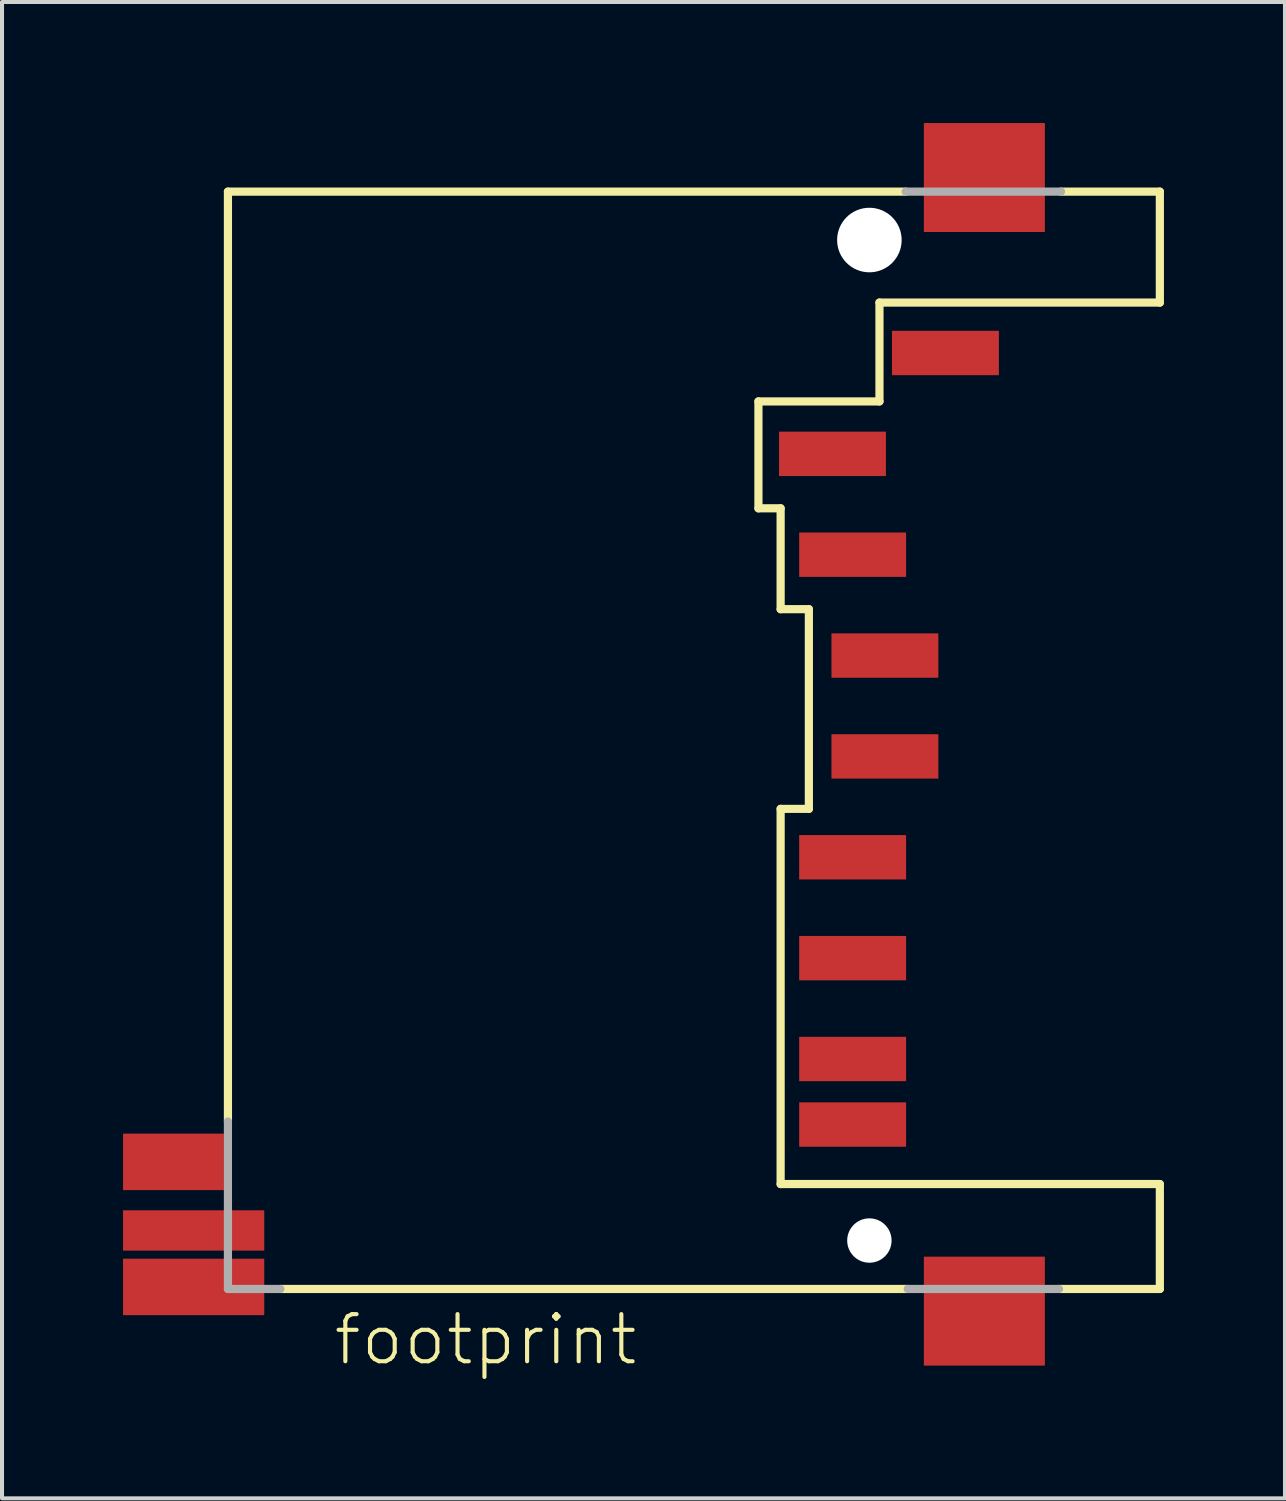
<source format=kicad_pcb>
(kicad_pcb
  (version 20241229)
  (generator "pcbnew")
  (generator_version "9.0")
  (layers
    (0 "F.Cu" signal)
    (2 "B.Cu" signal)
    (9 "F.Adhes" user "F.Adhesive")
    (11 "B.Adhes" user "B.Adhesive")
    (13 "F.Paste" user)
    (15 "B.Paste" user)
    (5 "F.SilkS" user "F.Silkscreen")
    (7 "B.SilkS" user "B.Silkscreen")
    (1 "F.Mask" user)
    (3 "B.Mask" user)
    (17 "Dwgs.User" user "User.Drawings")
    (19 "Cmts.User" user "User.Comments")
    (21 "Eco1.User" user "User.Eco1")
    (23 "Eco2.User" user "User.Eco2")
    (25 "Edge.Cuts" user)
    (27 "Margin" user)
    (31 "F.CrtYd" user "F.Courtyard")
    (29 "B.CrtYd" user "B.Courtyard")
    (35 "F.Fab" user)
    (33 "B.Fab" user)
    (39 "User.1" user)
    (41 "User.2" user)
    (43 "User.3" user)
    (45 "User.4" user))
  (footprint "footprint"
    (layer "F.Cu")
    (at 18.5 2.9)
    (property "Reference" "footprint" (at -13.335 27.94 0) (layer "F.SilkS") (effects (font (size 1.168 1.168) (thickness 0.102)) (justify left bottom)))
    (fp_line (start -15.9 -1.2) (end 0.9 -1.2) (stroke (width 0.203) (type solid)) (layer "F.SilkS"))
    (fp_line (start -15.9 21.85) (end -15.9 -1.2) (stroke (width 0.203) (type solid)) (layer "F.SilkS"))
    (fp_line (start -2.75 4) (end -2.75 6.65) (stroke (width 0.203) (type solid)) (layer "F.SilkS"))
    (fp_line (start -2.75 6.65) (end -2.2 6.65) (stroke (width 0.203) (type solid)) (layer "F.SilkS"))
    (fp_line (start -2.2 6.65) (end -2.2 9.15) (stroke (width 0.203) (type solid)) (layer "F.SilkS"))
    (fp_line (start -2.2 9.15) (end -1.5 9.15) (stroke (width 0.203) (type solid)) (layer "F.SilkS"))
    (fp_line (start -2.2 14.1) (end -2.2 23.4) (stroke (width 0.203) (type solid)) (layer "F.SilkS"))
    (fp_line (start -1.5 9.15) (end -1.5 14.1) (stroke (width 0.203) (type solid)) (layer "F.SilkS"))
    (fp_line (start -1.5 14.1) (end -2.2 14.1) (stroke (width 0.203) (type solid)) (layer "F.SilkS"))
    (fp_line (start 0.25 1.55) (end 0.25 4) (stroke (width 0.203) (type solid)) (layer "F.SilkS"))
    (fp_line (start 0.25 4) (end -2.75 4) (stroke (width 0.203) (type solid)) (layer "F.SilkS"))
    (fp_line (start 0.95 26) (end -14.6 26) (stroke (width 0.203) (type solid)) (layer "F.SilkS"))
    (fp_line (start 4.7 26) (end 7.2 26) (stroke (width 0.203) (type solid)) (layer "F.SilkS"))
    (fp_line (start 4.75 -1.2) (end 7.2 -1.2) (stroke (width 0.203) (type solid)) (layer "F.SilkS"))
    (fp_line (start 7.2 -1.2) (end 7.2 1.55) (stroke (width 0.203) (type solid)) (layer "F.SilkS"))
    (fp_line (start 7.2 1.55) (end 0.25 1.55) (stroke (width 0.203) (type solid)) (layer "F.SilkS"))
    (fp_line (start 7.2 23.4) (end -2.2 23.4) (stroke (width 0.203) (type solid)) (layer "F.SilkS"))
    (fp_line (start 7.2 26) (end 7.2 23.4) (stroke (width 0.203) (type solid)) (layer "F.SilkS"))
    (fp_line (start -15.9 26) (end -15.9 21.85) (stroke (width 0.203) (type solid)) (layer "F.Fab"))
    (fp_line (start -14.6 26) (end -15.9 26) (stroke (width 0.203) (type solid)) (layer "F.Fab"))
    (fp_line (start 0.9 -1.2) (end 4.75 -1.2) (stroke (width 0.203) (type solid)) (layer "F.Fab"))
    (fp_line (start 4.7 26) (end 0.95 26) (stroke (width 0.203) (type solid)) (layer "F.Fab"))
    (pad "" np_thru_hole circle (at 0 0) (size 1.6 1.6) (drill 1.6) (layers "*.Cu" "*.Mask"))
    (pad "" np_thru_hole circle (at 0 24.8) (size 1.1 1.1) (drill 1.1) (layers "*.Cu" "*.Mask"))
    (pad "1" smd rect (at -0.915 5.3) (size 2.65 1.1) (layers "F.Cu" "F.Mask" "F.Paste"))
    (pad "2" smd rect (at -0.415 7.8) (size 2.65 1.1) (layers "F.Cu" "F.Mask" "F.Paste"))
    (pad "3" smd rect (at 0.385 10.3) (size 2.65 1.1) (layers "F.Cu" "F.Mask" "F.Paste"))
    (pad "4" smd rect (at 0.385 12.8) (size 2.65 1.1) (layers "F.Cu" "F.Mask" "F.Paste"))
    (pad "5" smd rect (at -0.415 15.3) (size 2.65 1.1) (layers "F.Cu" "F.Mask" "F.Paste"))
    (pad "6" smd rect (at -0.415 17.8) (size 2.65 1.1) (layers "F.Cu" "F.Mask" "F.Paste"))
    (pad "7" smd rect (at -0.415 20.3) (size 2.65 1.1) (layers "F.Cu" "F.Mask" "F.Paste"))
    (pad "8" smd rect (at -0.415 21.925) (size 2.65 1.1) (layers "F.Cu" "F.Mask" "F.Paste"))
    (pad "9" smd rect (at 1.885 2.8) (size 2.65 1.1) (layers "F.Cu" "F.Mask" "F.Paste"))
    (pad "COM_TERM" smd rect (at -16.75 24.55) (size 3.5 1) (layers "F.Cu" "F.Mask" "F.Paste"))
    (pad "DETECT" smd rect (at -17.25 22.85) (size 2.5 1.4) (layers "F.Cu" "F.Mask" "F.Paste"))
    (pad "M1" smd rect (at 2.85 -1.55) (size 3 2.7) (layers "F.Cu" "F.Mask" "F.Paste"))
    (pad "M2" smd rect (at 2.85 26.55) (size 3 2.7) (layers "F.Cu" "F.Mask" "F.Paste"))
    (pad "WRITE_PROT" smd rect (at -16.75 25.95) (size 3.5 1.4) (layers "F.Cu" "F.Mask" "F.Paste")))
  (gr_rect
    (start -3 -3)
    (end 28.802 34.09)
    (stroke (width 0.1) (type default))
    (fill no)
    (layer "Edge.Cuts")))
</source>
